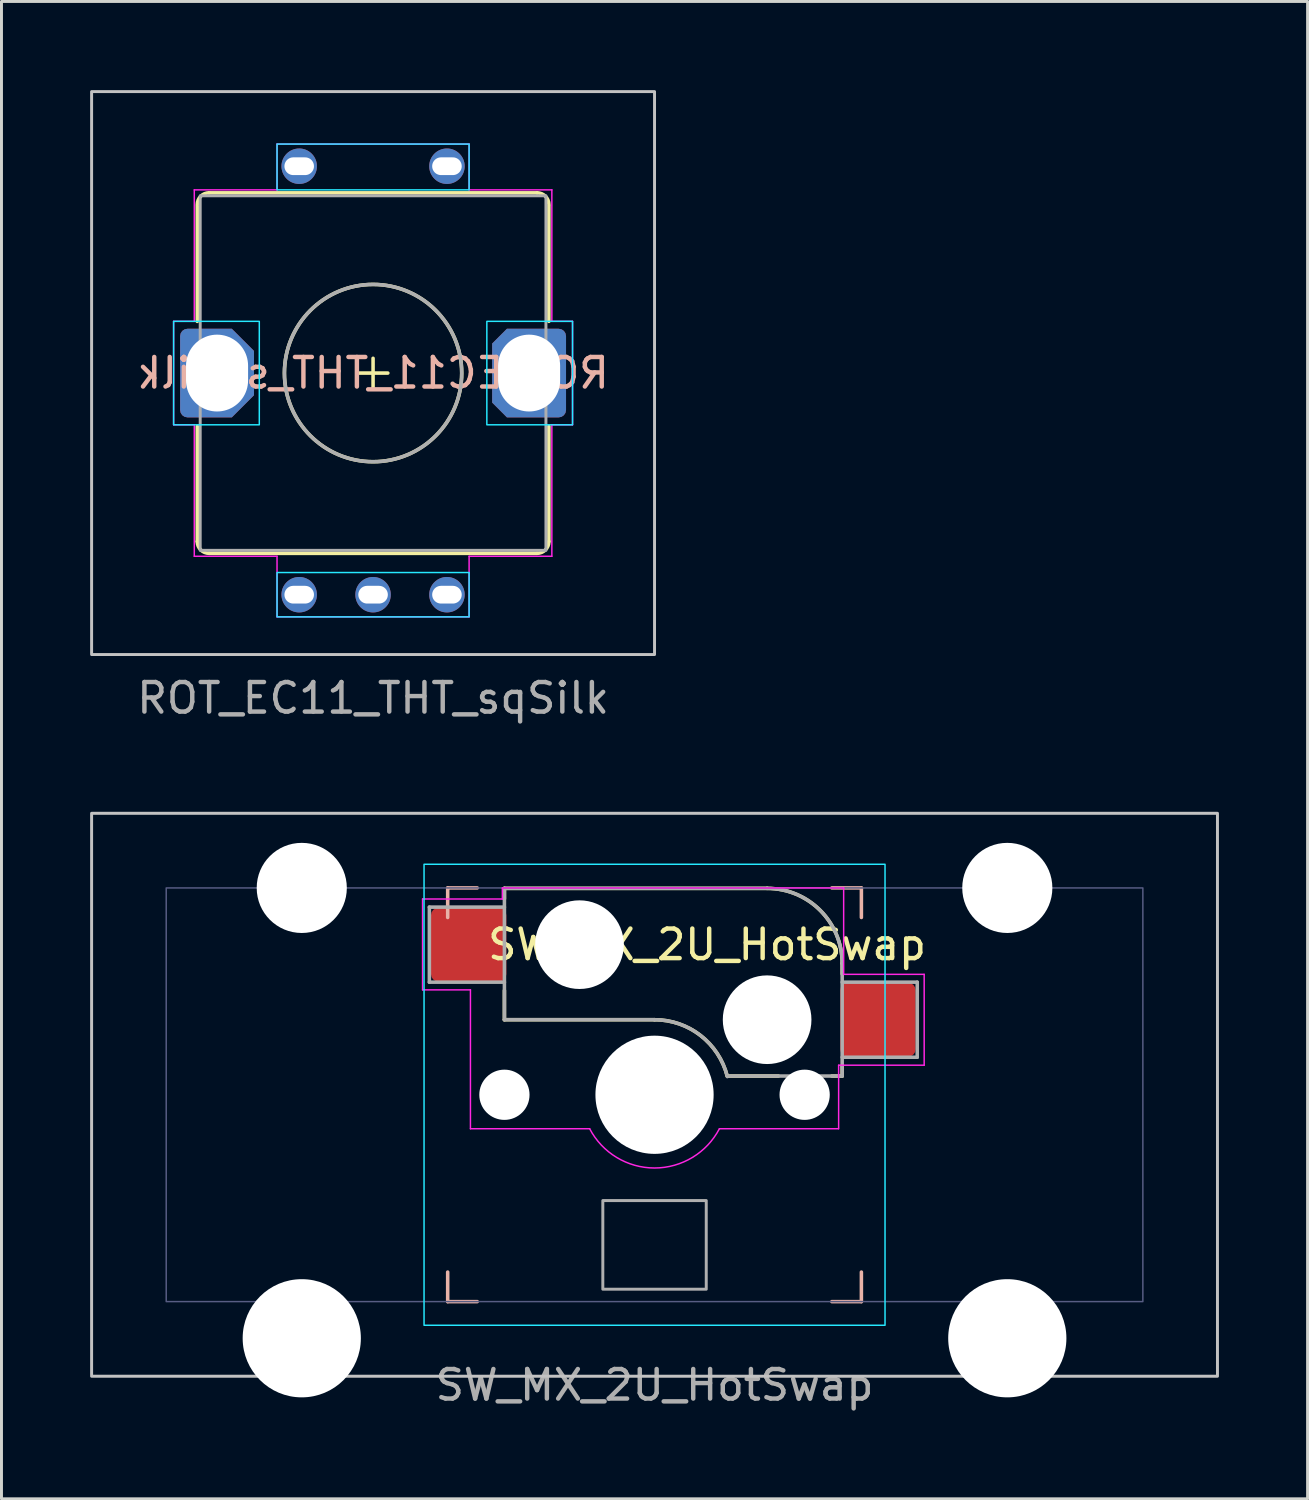
<source format=kicad_pcb>
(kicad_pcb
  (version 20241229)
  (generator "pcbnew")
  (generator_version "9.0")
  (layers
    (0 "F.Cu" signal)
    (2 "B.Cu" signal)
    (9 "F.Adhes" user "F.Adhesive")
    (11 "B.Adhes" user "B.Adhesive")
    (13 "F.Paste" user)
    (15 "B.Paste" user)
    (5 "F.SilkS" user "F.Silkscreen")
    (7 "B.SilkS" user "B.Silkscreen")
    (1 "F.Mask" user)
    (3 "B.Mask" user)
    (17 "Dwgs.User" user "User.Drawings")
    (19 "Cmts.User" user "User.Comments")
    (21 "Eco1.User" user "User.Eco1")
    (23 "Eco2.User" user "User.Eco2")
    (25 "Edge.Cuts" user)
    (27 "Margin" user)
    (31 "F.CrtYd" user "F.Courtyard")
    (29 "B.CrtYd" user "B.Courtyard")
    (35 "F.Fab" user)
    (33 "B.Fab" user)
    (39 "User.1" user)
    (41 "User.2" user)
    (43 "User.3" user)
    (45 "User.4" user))
  (footprint "SW_MX_2U_HotSwap"
    (layer "F.Cu")
    (at 19.1 33.998)
    (property "Reference" "SW_MX_2U_HotSwap" (at 1.778 -5.08 180) (layer "F.SilkS") (effects (font (size 1 1) (thickness 0.15))))
    (attr smd)
    (fp_line (start -5.08 -6.985) (end -5.08 -6.63) (stroke (width 0.12) (type solid)) (layer "F.SilkS"))
    (fp_line (start -5.08 -2.54) (end -5.08 -3.53) (stroke (width 0.12) (type default)) (layer "F.SilkS"))
    (fp_line (start -5.08 -2.54) (end 0 -2.54) (stroke (width 0.12) (type solid)) (layer "F.SilkS"))
    (fp_line (start 2.464 -0.635) (end 4.191 -0.635) (stroke (width 0.12) (type solid)) (layer "F.SilkS"))
    (fp_line (start 3.81 -6.985) (end -5.08 -6.985) (stroke (width 0.12) (type solid)) (layer "F.SilkS"))
    (fp_line (start 6 -0.635) (end 6.35 -0.635) (stroke (width 0.12) (type solid)) (layer "F.SilkS"))
    (fp_line (start 6.35 -4.445) (end 6.35 -4.09) (stroke (width 0.12) (type solid)) (layer "F.SilkS"))
    (fp_line (start 6.35 -0.99) (end 6.35 -0.635) (stroke (width 0.12) (type solid)) (layer "F.SilkS"))
    (fp_arc (start 0 -2.539998) (mid 1.555901 -2.007676) (end 2.459645 -0.633834) (stroke (width 0.12) (type default)) (layer "F.SilkS"))
    (fp_arc (start 3.81 -6.984998) (mid 5.606051 -6.241049) (end 6.35 -4.444998) (stroke (width 0.12) (type solid)) (layer "F.SilkS"))
    (fp_line (start -7 -7) (end -7 -6) (stroke (width 0.12) (type solid)) (layer "B.SilkS"))
    (fp_line (start -7 -7) (end -6 -7) (stroke (width 0.12) (type solid)) (layer "B.SilkS"))
    (fp_line (start -7 7) (end -7 6) (stroke (width 0.12) (type solid)) (layer "B.SilkS"))
    (fp_line (start -6 7) (end -7 7) (stroke (width 0.12) (type solid)) (layer "B.SilkS"))
    (fp_line (start 6 -7) (end 7 -7) (stroke (width 0.12) (type solid)) (layer "B.SilkS"))
    (fp_line (start 7 -7) (end 7 -6) (stroke (width 0.12) (type solid)) (layer "B.SilkS"))
    (fp_line (start 7 6) (end 7 7) (stroke (width 0.12) (type solid)) (layer "B.SilkS"))
    (fp_line (start 7 7) (end 6 7) (stroke (width 0.12) (type solid)) (layer "B.SilkS"))
    (fp_rect (start -19.05 -9.525) (end 19.05 9.525) (stroke (width 0.1) (type default)) (fill no) (layer "Dwgs.User"))
    (fp_rect (start -7.8 -7.8) (end 7.8 7.8) (stroke (width 0.05) (type default)) (fill no) (layer "B.CrtYd"))
    (fp_line (start -7.85 -6.625) (end -5.15 -6.625) (stroke (width 0.05) (type default)) (layer "F.CrtYd"))
    (fp_line (start -7.85 -3.55) (end -7.85 -6.625) (stroke (width 0.05) (type default)) (layer "F.CrtYd"))
    (fp_line (start -6.23 -3.55) (end -7.85 -3.55) (stroke (width 0.05) (type default)) (layer "F.CrtYd"))
    (fp_line (start -6.23 1.15) (end -6.23 -3.55) (stroke (width 0.05) (type default)) (layer "F.CrtYd"))
    (fp_line (start -6.23 1.15) (end -2.195 1.15) (stroke (width 0.05) (type default)) (layer "F.CrtYd"))
    (fp_line (start -5.15 -7) (end 6.4 -7) (stroke (width 0.05) (type default)) (layer "F.CrtYd"))
    (fp_line (start -5.15 -6.625) (end -5.15 -7) (stroke (width 0.05) (type default)) (layer "F.CrtYd"))
    (fp_line (start 2.195 1.15) (end 6.225 1.15) (stroke (width 0.05) (type default)) (layer "F.CrtYd"))
    (fp_line (start 6.23 -1) (end 9.125 -1) (stroke (width 0.05) (type default)) (layer "F.CrtYd"))
    (fp_line (start 6.23 1.15) (end 6.23 -1) (stroke (width 0.05) (type default)) (layer "F.CrtYd"))
    (fp_line (start 6.4 -4.075) (end 6.4 -7) (stroke (width 0.05) (type default)) (layer "F.CrtYd"))
    (fp_line (start 9.125 -4.075) (end 6.4 -4.075) (stroke (width 0.05) (type default)) (layer "F.CrtYd"))
    (fp_line (start 9.125 -1) (end 9.125 -4.075) (stroke (width 0.05) (type default)) (layer "F.CrtYd"))
    (fp_arc (start 2.195 1.150001) (mid 0.000001 2.47801) (end -2.194999 1.150003) (stroke (width 0.05) (type default)) (layer "F.CrtYd"))
    (fp_rect (start -16.525 -7) (end 16.525 7) (stroke (width 0.05) (type default)) (fill no) (layer "B.Fab"))
    (fp_line (start -7.62 -6.35) (end -7.62 -3.81) (stroke (width 0.12) (type solid)) (layer "F.Fab"))
    (fp_line (start -7.62 -3.81) (end -5.08 -3.81) (stroke (width 0.12) (type solid)) (layer "F.Fab"))
    (fp_line (start -5.08 -6.985) (end -5.08 -2.54) (stroke (width 0.12) (type solid)) (layer "F.Fab"))
    (fp_line (start -5.08 -6.35) (end -7.62 -6.35) (stroke (width 0.12) (type solid)) (layer "F.Fab"))
    (fp_line (start -5.08 -2.54) (end 0 -2.54) (stroke (width 0.12) (type solid)) (layer "F.Fab"))
    (fp_line (start 3.81 -6.985) (end -5.08 -6.985) (stroke (width 0.12) (type solid)) (layer "F.Fab"))
    (fp_line (start 6.35 -1.27) (end 8.89 -1.27) (stroke (width 0.12) (type solid)) (layer "F.Fab"))
    (fp_line (start 6.35 -0.635) (end 2.54 -0.635) (stroke (width 0.12) (type solid)) (layer "F.Fab"))
    (fp_line (start 6.35 -0.635) (end 6.35 -4.445) (stroke (width 0.12) (type solid)) (layer "F.Fab"))
    (fp_line (start 8.89 -3.81) (end 6.35 -3.81) (stroke (width 0.12) (type solid)) (layer "F.Fab"))
    (fp_line (start 8.89 -1.27) (end 8.89 -3.81) (stroke (width 0.12) (type solid)) (layer "F.Fab"))
    (fp_rect (start -1.75 3.58) (end 1.75 6.58) (stroke (width 0.1) (type default)) (fill no) (layer "F.Fab"))
    (fp_arc (start 0 -2.539998) (mid 1.563147 -2.00204) (end 2.464162 -0.616038) (stroke (width 0.12) (type solid)) (layer "F.Fab"))
    (fp_arc (start 3.81 -6.984998) (mid 5.606051 -6.241049) (end 6.35 -4.444998) (stroke (width 0.12) (type solid)) (layer "F.Fab"))
    (fp_text user "${REFERENCE}" (at 0 9.825 0) (layer "F.Fab") (effects (font (size 1 1) (thickness 0.15))))
    (pad "" np_thru_hole circle (at -11.938 -7 180) (size 3.05 3.05) (drill 3.05) (layers "*.Cu" "*.Mask"))
    (pad "" np_thru_hole circle (at -11.938 8.24 180) (size 4 4) (drill 4) (layers "*.Cu" "*.Mask"))
    (pad "" np_thru_hole circle (at -5.08 0.000002 180) (size 1.7 1.7) (drill 1.7) (layers "*.Cu" "*.Mask"))
    (pad "" np_thru_hole circle (at -2.54 -5.08) (size 3 3) (drill 3) (layers "*.Cu" "*.Mask"))
    (pad "" np_thru_hole circle (at 0 0.000002 180) (size 4 4) (drill 4) (layers "*.Cu" "*.Mask"))
    (pad "" np_thru_hole circle (at 3.81 -2.54) (size 3 3) (drill 3) (layers "*.Cu" "*.Mask"))
    (pad "" np_thru_hole circle (at 5.08 0.000002 180) (size 1.7 1.7) (drill 1.7) (layers "*.Cu" "*.Mask"))
    (pad "" np_thru_hole circle (at 11.938 -7 180) (size 3.05 3.05) (drill 3.05) (layers "*.Cu" "*.Mask"))
    (pad "" np_thru_hole circle (at 11.938 8.24 180) (size 4 4) (drill 4) (layers "*.Cu" "*.Mask"))
    (pad "1" smd roundrect (at 7.56 -2.54) (size 2.55 2.5) (layers "F.Cu" "F.Mask" "F.Paste") (roundrect_rratio 0.1))
    (pad "2" smd roundrect (at -6.29 -5.08) (size 2.55 2.5) (layers "F.Cu" "F.Mask" "F.Paste") (roundrect_rratio 0.1)))
  (footprint "ROT_EC11_THT_sqSilk"
    (layer "F.Cu")
    (at 9.575 9.575)
    (property "Reference" "ROT_EC11_THT_sqSilk" (at 0 0 0) (layer "B.SilkS") (effects (font (size 1 1) (thickness 0.15)) (justify mirror)))
    (attr through_hole)
    (fp_line (start -5.95 -1.75) (end -5.95 -5.65) (stroke (width 0.12) (type default)) (layer "F.SilkS"))
    (fp_line (start -5.95 5.7) (end -5.95 1.8) (stroke (width 0.12) (type default)) (layer "F.SilkS"))
    (fp_line (start -5.55 -6.1) (end 5.55 -6.1) (stroke (width 0.12) (type default)) (layer "F.SilkS"))
    (fp_line (start 0 0.5) (end 0 -0.5) (stroke (width 0.12) (type solid)) (layer "F.SilkS"))
    (fp_line (start 0.5 0) (end -0.5 0) (stroke (width 0.12) (type solid)) (layer "F.SilkS"))
    (fp_line (start 5.55 6.1) (end -5.55 6.1) (stroke (width 0.12) (type default)) (layer "F.SilkS"))
    (fp_line (start 5.95 -1.75) (end 5.95 -5.65) (stroke (width 0.12) (type default)) (layer "F.SilkS"))
    (fp_line (start 5.95 5.7) (end 5.95 1.8) (stroke (width 0.12) (type default)) (layer "F.SilkS"))
    (fp_arc (start -5.95 -5.7) (mid -5.832843 -5.982843) (end -5.55 -6.1) (stroke (width 0.12) (type default)) (layer "F.SilkS"))
    (fp_arc (start -5.55 6.1) (mid -5.832843 5.982843) (end -5.95 5.7) (stroke (width 0.12) (type default)) (layer "F.SilkS"))
    (fp_arc (start 5.55 -6.1) (mid 5.832843 -5.982843) (end 5.95 -5.7) (stroke (width 0.12) (type default)) (layer "F.SilkS"))
    (fp_arc (start 5.95 5.7) (mid 5.832843 5.982843) (end 5.55 6.1) (stroke (width 0.12) (type default)) (layer "F.SilkS"))
    (fp_circle (center 0 0) (end 0 -3) (stroke (width 0.12) (type solid)) (fill no) (layer "F.SilkS"))
    (fp_rect (start -9.525 -9.525) (end 9.525 9.525) (stroke (width 0.1) (type default)) (fill no) (layer "Dwgs.User"))
    (fp_rect (start -6.75 -1.75) (end -3.85 1.75) (stroke (width 0.05) (type default)) (fill no) (layer "B.CrtYd"))
    (fp_rect (start -3.25 -7.75) (end 3.25 -6.2) (stroke (width 0.05) (type default)) (fill no) (layer "B.CrtYd"))
    (fp_rect (start -3.25 6.75) (end 3.25 8.25) (stroke (width 0.05) (type default)) (fill no) (layer "B.CrtYd"))
    (fp_rect (start 3.85 -1.75) (end 6.75 1.75) (stroke (width 0.05) (type default)) (fill no) (layer "B.CrtYd"))
    (fp_line (start -6.75 -1.75) (end -6.75 1.75) (stroke (width 0.05) (type default)) (layer "F.CrtYd"))
    (fp_line (start -6.75 1.75) (end -6.05 1.75) (stroke (width 0.05) (type default)) (layer "F.CrtYd"))
    (fp_line (start -6.05 -6.2) (end -6.05 -1.75) (stroke (width 0.05) (type default)) (layer "F.CrtYd"))
    (fp_line (start -6.05 -1.75) (end -6.75 -1.75) (stroke (width 0.05) (type default)) (layer "F.CrtYd"))
    (fp_line (start -6.05 1.75) (end -6.05 6.2) (stroke (width 0.05) (type default)) (layer "F.CrtYd"))
    (fp_line (start -6.05 6.2) (end -3.25 6.2) (stroke (width 0.05) (type default)) (layer "F.CrtYd"))
    (fp_line (start -3.25 -7.75) (end -3.25 -6.2) (stroke (width 0.05) (type default)) (layer "F.CrtYd"))
    (fp_line (start -3.25 -6.2) (end -6.05 -6.2) (stroke (width 0.05) (type default)) (layer "F.CrtYd"))
    (fp_line (start -3.25 6.2) (end -3.25 8.25) (stroke (width 0.05) (type default)) (layer "F.CrtYd"))
    (fp_line (start -3.25 8.25) (end 3.25 8.25) (stroke (width 0.05) (type default)) (layer "F.CrtYd"))
    (fp_line (start 3.25 -7.75) (end -3.25 -7.75) (stroke (width 0.05) (type default)) (layer "F.CrtYd"))
    (fp_line (start 3.25 -6.2) (end 3.25 -7.75) (stroke (width 0.05) (type default)) (layer "F.CrtYd"))
    (fp_line (start 3.25 6.2) (end 6.05 6.2) (stroke (width 0.05) (type default)) (layer "F.CrtYd"))
    (fp_line (start 3.25 8.25) (end 3.25 6.2) (stroke (width 0.05) (type default)) (layer "F.CrtYd"))
    (fp_line (start 6.05 -6.2) (end 3.25 -6.2) (stroke (width 0.05) (type default)) (layer "F.CrtYd"))
    (fp_line (start 6.05 -1.75) (end 6.05 -6.2) (stroke (width 0.05) (type default)) (layer "F.CrtYd"))
    (fp_line (start 6.05 1.75) (end 6.75 1.75) (stroke (width 0.05) (type default)) (layer "F.CrtYd"))
    (fp_line (start 6.05 6.2) (end 6.05 1.75) (stroke (width 0.05) (type default)) (layer "F.CrtYd"))
    (fp_line (start 6.75 -1.75) (end 6.05 -1.75) (stroke (width 0.05) (type default)) (layer "F.CrtYd"))
    (fp_line (start 6.75 1.75) (end 6.75 -1.75) (stroke (width 0.05) (type default)) (layer "F.CrtYd"))
    (fp_rect (start -5.85 -6) (end 5.85 6) (stroke (width 0.1) (type default)) (fill no) (layer "F.Fab"))
    (fp_circle (center 0 0) (end 0 -3) (stroke (width 0.12) (type solid)) (fill no) (layer "F.Fab"))
    (fp_text user "${REFERENCE}" (at 0 11 0) (layer "F.Fab") (effects (font (size 1 1) (thickness 0.15))))
    (pad "A" thru_hole circle (at -2.5 7.5) (size 1.2 1.2) (drill oval 1 0.6) (layers "*.Cu" "*.Mask"))
    (pad "B" thru_hole circle (at 2.5 7.5) (size 1.2 1.2) (drill oval 1 0.6) (layers "*.Cu" "*.Mask"))
    (pad "C" thru_hole circle (at 0 7.5) (size 1.2 1.2) (drill oval 1 0.6) (layers "*.Cu" "*.Mask"))
    (pad "MP" thru_hole roundrect (at -5.28 0) (size 2.5 3) (drill oval 2.1 2.6) (layers "*.Cu" "*.Mask") (roundrect_rratio 0.1) (chamfer_ratio 0.3) (chamfer top_right bottom_right))
    (pad "MP" thru_hole roundrect (at 5.28 0 180) (size 2.5 3) (drill oval 2.1 2.6) (layers "*.Cu" "*.Mask") (roundrect_rratio 0.1) (chamfer_ratio 0.2) (chamfer top_right bottom_right))
    (pad "S1" thru_hole circle (at -2.5 -7 180) (size 1.2 1.2) (drill oval 1 0.6) (layers "*.Cu" "*.Mask"))
    (pad "S2" thru_hole circle (at 2.5 -7 180) (size 1.2 1.2) (drill oval 1 0.6) (layers "*.Cu" "*.Mask")))
  (gr_rect
    (start -3 -3)
    (end 41.2 47.671)
    (stroke (width 0.1) (type default))
    (fill no)
    (layer "Edge.Cuts")))
</source>
